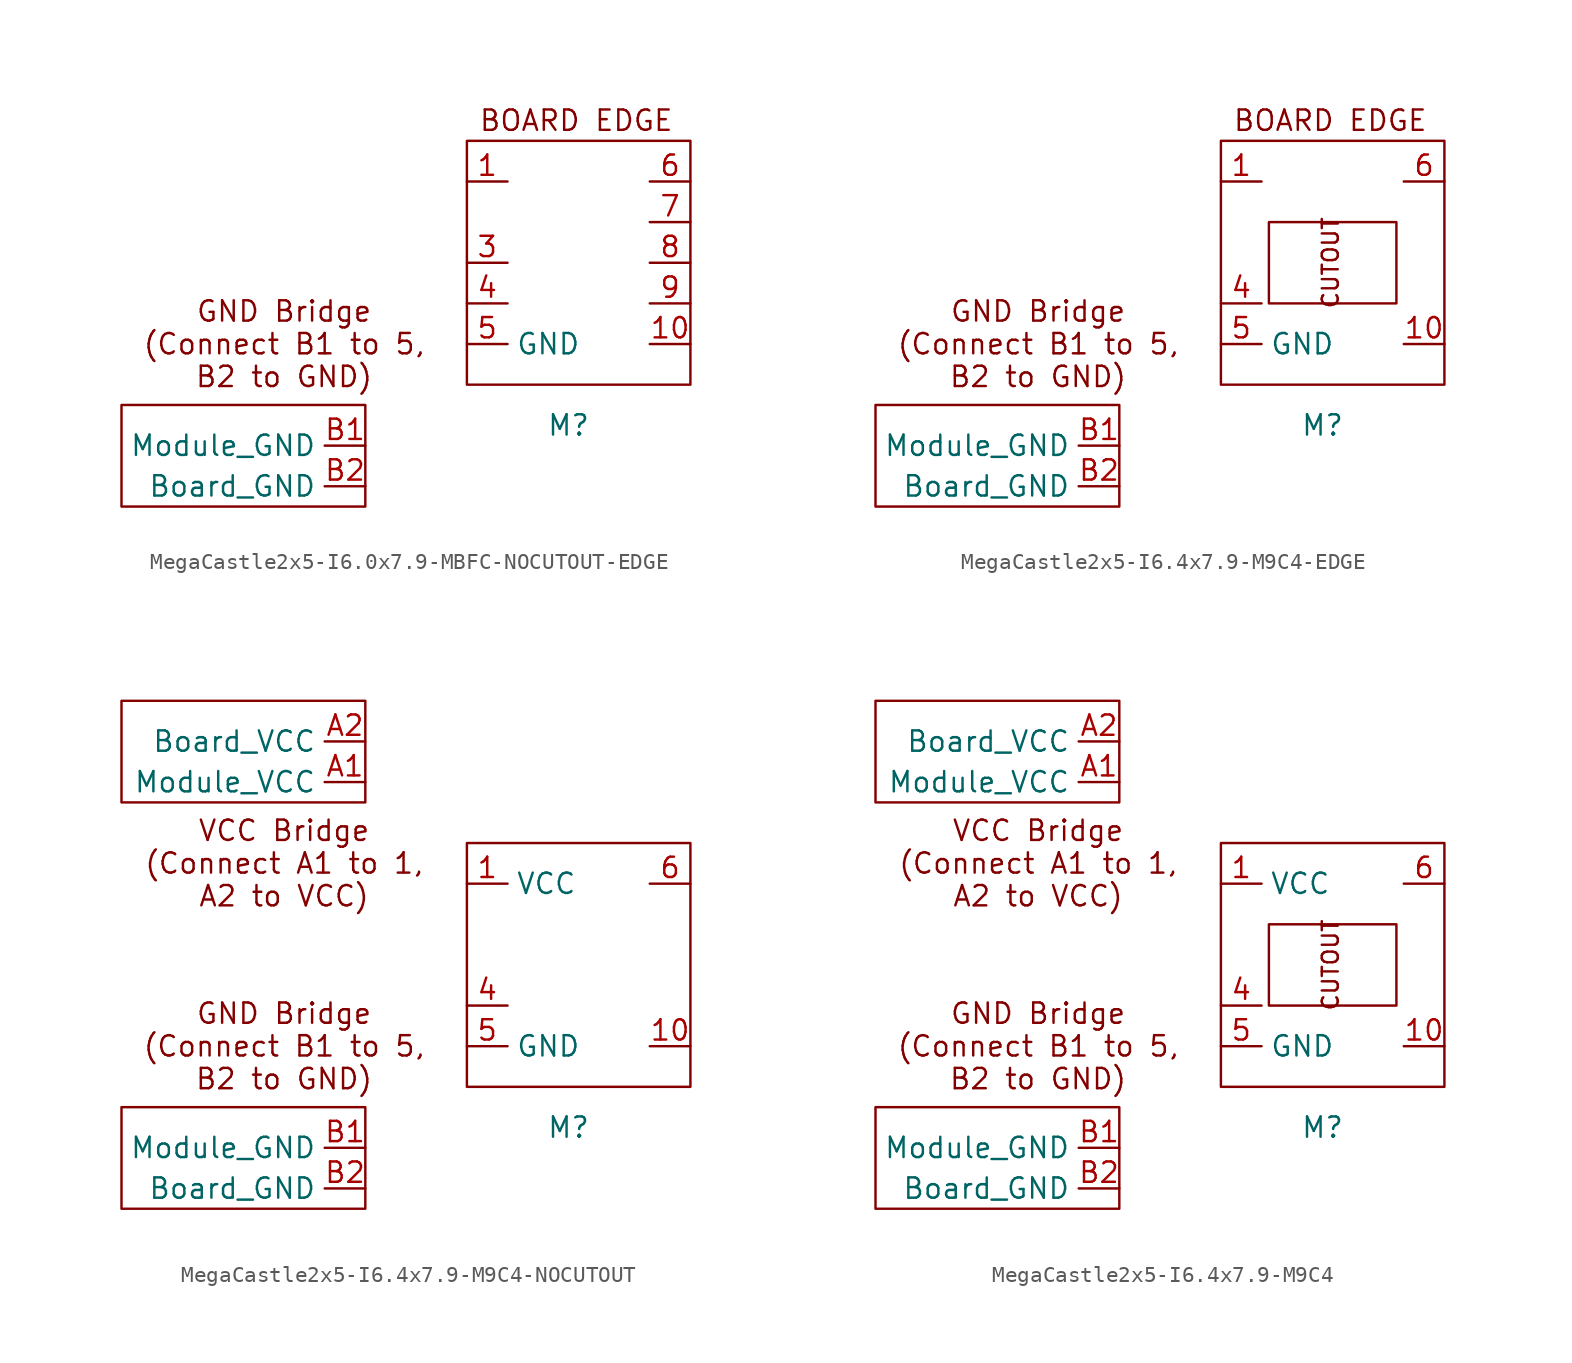
<source format=kicad_sym>
(kicad_symbol_lib
  (version 20241209)
  (generator "kicad_symbol_editor")
  (generator_version "9.0")
  (symbol "MegaCastle2x5-I6.0x7.9-MBFC-NOCUTOUT-EDGE"
    (property "Reference" "M"
      (at 0 -10.16 0)
      (effects (font (size 1.27 1.27))))
    (property "Value" ""
      (at 0 5.08 0)
      (effects (font (size 1.27 1.27))))
    (symbol "MegaCastle2x5-I6.0x7.9-MBFC-NOCUTOUT-EDGE_0_1"
      (rectangle (start -27.94 -8.89) (end -12.7 -15.24) (stroke (width 0) (type default)) (fill (type none)))
      (rectangle (start -6.35 7.62) (end 7.62 -7.62) (stroke (width 0) (type default)) (fill (type none))))
    (symbol "MegaCastle2x5-I6.0x7.9-MBFC-NOCUTOUT-EDGE_1_1"
      (text "GND Bridge\n(Connect B1 to 5,\nB2 to GND)" (at -17.78 -5.08 0) (effects (font (size 1.27 1.27))))
      (text " BOARD EDGE" (at 0 8.89 0) (effects (font (size 1.27 1.27))))
      (pin bidirectional line (at -12.7 -11.43 180) (length 2.54) (name "Module_GND" (effects (font (size 1.27 1.27)))) (number "B1" (effects (font (size 1.27 1.27)))))
      (pin bidirectional line (at -12.7 -13.97 180) (length 2.54) (name "Board_GND" (effects (font (size 1.27 1.27)))) (number "B2" (effects (font (size 1.27 1.27)))))
      (pin bidirectional line (at -6.35 5.08 0) (length 2.54) (name "" (effects (font (size 1.27 1.27)))) (number "1" (effects (font (size 1.27 1.27)))))
      (pin bidirectional line (at -6.35 0 0) (length 2.54) (name "" (effects (font (size 1.27 1.27)))) (number "3" (effects (font (size 1.27 1.27)))))
      (pin bidirectional line (at -6.35 -2.54 0) (length 2.54) (name "" (effects (font (size 1.27 1.27)))) (number "4" (effects (font (size 1.27 1.27)))))
      (pin bidirectional line (at -6.35 -5.08 0) (length 2.54) (name "GND" (effects (font (size 1.27 1.27)))) (number "5" (effects (font (size 1.27 1.27)))))
      (pin bidirectional line (at 7.62 5.08 180) (length 2.54) (name "" (effects (font (size 1.27 1.27)))) (number "6" (effects (font (size 1.27 1.27)))))
      (pin bidirectional line (at 7.62 2.54 180) (length 2.54) (name "" (effects (font (size 1.27 1.27)))) (number "7" (effects (font (size 1.27 1.27)))))
      (pin bidirectional line (at 7.62 0 180) (length 2.54) (name "" (effects (font (size 1.27 1.27)))) (number "8" (effects (font (size 1.27 1.27)))))
      (pin bidirectional line (at 7.62 -2.54 180) (length 2.54) (name "" (effects (font (size 1.27 1.27)))) (number "9" (effects (font (size 1.27 1.27)))))
      (pin bidirectional line (at 7.62 -5.08 180) (length 2.54) (name "" (effects (font (size 1.27 1.27)))) (number "10" (effects (font (size 1.27 1.27)))))))
  (symbol "MegaCastle2x5-I6.4x7.9-M9C4-EDGE"
    (property "Reference" "M"
      (at 0 -10.16 0)
      (effects (font (size 1.27 1.27))))
    (property "Value" ""
      (at 0 5.08 0)
      (effects (font (size 1.27 1.27))))
    (symbol "MegaCastle2x5-I6.4x7.9-M9C4-EDGE_0_1"
      (rectangle (start -27.94 -8.89) (end -12.7 -15.24) (stroke (width 0) (type default)) (fill (type none)))
      (rectangle (start -6.35 7.62) (end 7.62 -7.62) (stroke (width 0) (type default)) (fill (type none)))
      (rectangle (start -3.35 2.54) (end 4.62 -2.54) (stroke (width 0) (type default)) (fill (type none))))
    (symbol "MegaCastle2x5-I6.4x7.9-M9C4-EDGE_1_1"
      (text "GND Bridge\n(Connect B1 to 5,\nB2 to GND)" (at -17.78 -5.08 0) (effects (font (size 1.27 1.27))))
      (text " BOARD EDGE" (at 0 8.89 0) (effects (font (size 1.27 1.27))))
      (text "CUTOUT" (at 0.5 0 900) (effects (font (size 1 1))))
      (pin bidirectional line (at -12.7 -11.43 180) (length 2.54) (name "Module_GND" (effects (font (size 1.27 1.27)))) (number "B1" (effects (font (size 1.27 1.27)))))
      (pin bidirectional line (at -12.7 -13.97 180) (length 2.54) (name "Board_GND" (effects (font (size 1.27 1.27)))) (number "B2" (effects (font (size 1.27 1.27)))))
      (pin bidirectional line (at -6.35 5.08 0) (length 2.54) (name "" (effects (font (size 1.27 1.27)))) (number "1" (effects (font (size 1.27 1.27)))))
      (pin bidirectional line (at -6.35 -2.54 0) (length 2.54) (name "" (effects (font (size 1.27 1.27)))) (number "4" (effects (font (size 1.27 1.27)))))
      (pin bidirectional line (at -6.35 -5.08 0) (length 2.54) (name "GND" (effects (font (size 1.27 1.27)))) (number "5" (effects (font (size 1.27 1.27)))))
      (pin bidirectional line (at 7.62 5.08 180) (length 2.54) (name "" (effects (font (size 1.27 1.27)))) (number "6" (effects (font (size 1.27 1.27)))))
      (pin bidirectional line (at 7.62 -5.08 180) (length 2.54) (name "" (effects (font (size 1.27 1.27)))) (number "10" (effects (font (size 1.27 1.27)))))))
  (symbol "MegaCastle2x5-I6.4x7.9-M9C4-NOCUTOUT"
    (property "Reference" "M"
      (at 0 -10.16 0)
      (effects (font (size 1.27 1.27))))
    (property "Value" ""
      (at 0 5.08 0)
      (effects (font (size 1.27 1.27))))
    (symbol "MegaCastle2x5-I6.4x7.9-M9C4-NOCUTOUT_0_1"
      (rectangle (start -27.94 16.51) (end -12.7 10.16) (stroke (width 0) (type default)) (fill (type none)))
      (rectangle (start -27.94 -8.89) (end -12.7 -15.24) (stroke (width 0) (type default)) (fill (type none)))
      (rectangle (start -6.35 7.62) (end 7.62 -7.62) (stroke (width 0) (type default)) (fill (type none))))
    (symbol "MegaCastle2x5-I6.4x7.9-M9C4-NOCUTOUT_1_1"
      (text "VCC Bridge\n(Connect A1 to 1,\nA2 to VCC)" (at -17.78 6.35 0) (effects (font (size 1.27 1.27))))
      (text "GND Bridge\n(Connect B1 to 5,\nB2 to GND)" (at -17.78 -5.08 0) (effects (font (size 1.27 1.27))))
      (pin bidirectional line (at -12.7 13.97 180) (length 2.54) (name "Board_VCC" (effects (font (size 1.27 1.27)))) (number "A2" (effects (font (size 1.27 1.27)))))
      (pin bidirectional line (at -12.7 11.43 180) (length 2.54) (name "Module_VCC" (effects (font (size 1.27 1.27)))) (number "A1" (effects (font (size 1.27 1.27)))))
      (pin bidirectional line (at -12.7 -11.43 180) (length 2.54) (name "Module_GND" (effects (font (size 1.27 1.27)))) (number "B1" (effects (font (size 1.27 1.27)))))
      (pin bidirectional line (at -12.7 -13.97 180) (length 2.54) (name "Board_GND" (effects (font (size 1.27 1.27)))) (number "B2" (effects (font (size 1.27 1.27)))))
      (pin bidirectional line (at -6.35 5.08 0) (length 2.54) (name "VCC" (effects (font (size 1.27 1.27)))) (number "1" (effects (font (size 1.27 1.27)))))
      (pin bidirectional line (at -6.35 -2.54 0) (length 2.54) (name "" (effects (font (size 1.27 1.27)))) (number "4" (effects (font (size 1.27 1.27)))))
      (pin bidirectional line (at -6.35 -5.08 0) (length 2.54) (name "GND" (effects (font (size 1.27 1.27)))) (number "5" (effects (font (size 1.27 1.27)))))
      (pin bidirectional line (at 7.62 5.08 180) (length 2.54) (name "" (effects (font (size 1.27 1.27)))) (number "6" (effects (font (size 1.27 1.27)))))
      (pin bidirectional line (at 7.62 -5.08 180) (length 2.54) (name "" (effects (font (size 1.27 1.27)))) (number "10" (effects (font (size 1.27 1.27)))))))
  (symbol "MegaCastle2x5-I6.4x7.9-M9C4"
    (property "Reference" "M"
      (at 0 -10.16 0)
      (effects (font (size 1.27 1.27))))
    (property "Value" ""
      (at 0 5.08 0)
      (effects (font (size 1.27 1.27))))
    (symbol "MegaCastle2x5-I6.4x7.9-M9C4_0_1"
      (rectangle (start -27.94 16.51) (end -12.7 10.16) (stroke (width 0) (type default)) (fill (type none)))
      (rectangle (start -27.94 -8.89) (end -12.7 -15.24) (stroke (width 0) (type default)) (fill (type none)))
      (rectangle (start -6.35 7.62) (end 7.62 -7.62) (stroke (width 0) (type default)) (fill (type none)))
      (rectangle (start -3.35 2.54) (end 4.62 -2.54) (stroke (width 0) (type default)) (fill (type none))))
    (symbol "MegaCastle2x5-I6.4x7.9-M9C4_1_1"
      (text "VCC Bridge\n(Connect A1 to 1,\nA2 to VCC)" (at -17.78 6.35 0) (effects (font (size 1.27 1.27))))
      (text "GND Bridge\n(Connect B1 to 5,\nB2 to GND)" (at -17.78 -5.08 0) (effects (font (size 1.27 1.27))))
      (text "CUTOUT" (at 0.5 0 900) (effects (font (size 1 1))))
      (pin bidirectional line (at -12.7 13.97 180) (length 2.54) (name "Board_VCC" (effects (font (size 1.27 1.27)))) (number "A2" (effects (font (size 1.27 1.27)))))
      (pin bidirectional line (at -12.7 11.43 180) (length 2.54) (name "Module_VCC" (effects (font (size 1.27 1.27)))) (number "A1" (effects (font (size 1.27 1.27)))))
      (pin bidirectional line (at -12.7 -11.43 180) (length 2.54) (name "Module_GND" (effects (font (size 1.27 1.27)))) (number "B1" (effects (font (size 1.27 1.27)))))
      (pin bidirectional line (at -12.7 -13.97 180) (length 2.54) (name "Board_GND" (effects (font (size 1.27 1.27)))) (number "B2" (effects (font (size 1.27 1.27)))))
      (pin bidirectional line (at -6.35 5.08 0) (length 2.54) (name "VCC" (effects (font (size 1.27 1.27)))) (number "1" (effects (font (size 1.27 1.27)))))
      (pin bidirectional line (at -6.35 -2.54 0) (length 2.54) (name "" (effects (font (size 1.27 1.27)))) (number "4" (effects (font (size 1.27 1.27)))))
      (pin bidirectional line (at -6.35 -5.08 0) (length 2.54) (name "GND" (effects (font (size 1.27 1.27)))) (number "5" (effects (font (size 1.27 1.27)))))
      (pin bidirectional line (at 7.62 5.08 180) (length 2.54) (name "" (effects (font (size 1.27 1.27)))) (number "6" (effects (font (size 1.27 1.27)))))
      (pin bidirectional line (at 7.62 -5.08 180) (length 2.54) (name "" (effects (font (size 1.27 1.27)))) (number "10" (effects (font (size 1.27 1.27))))))))
</source>
